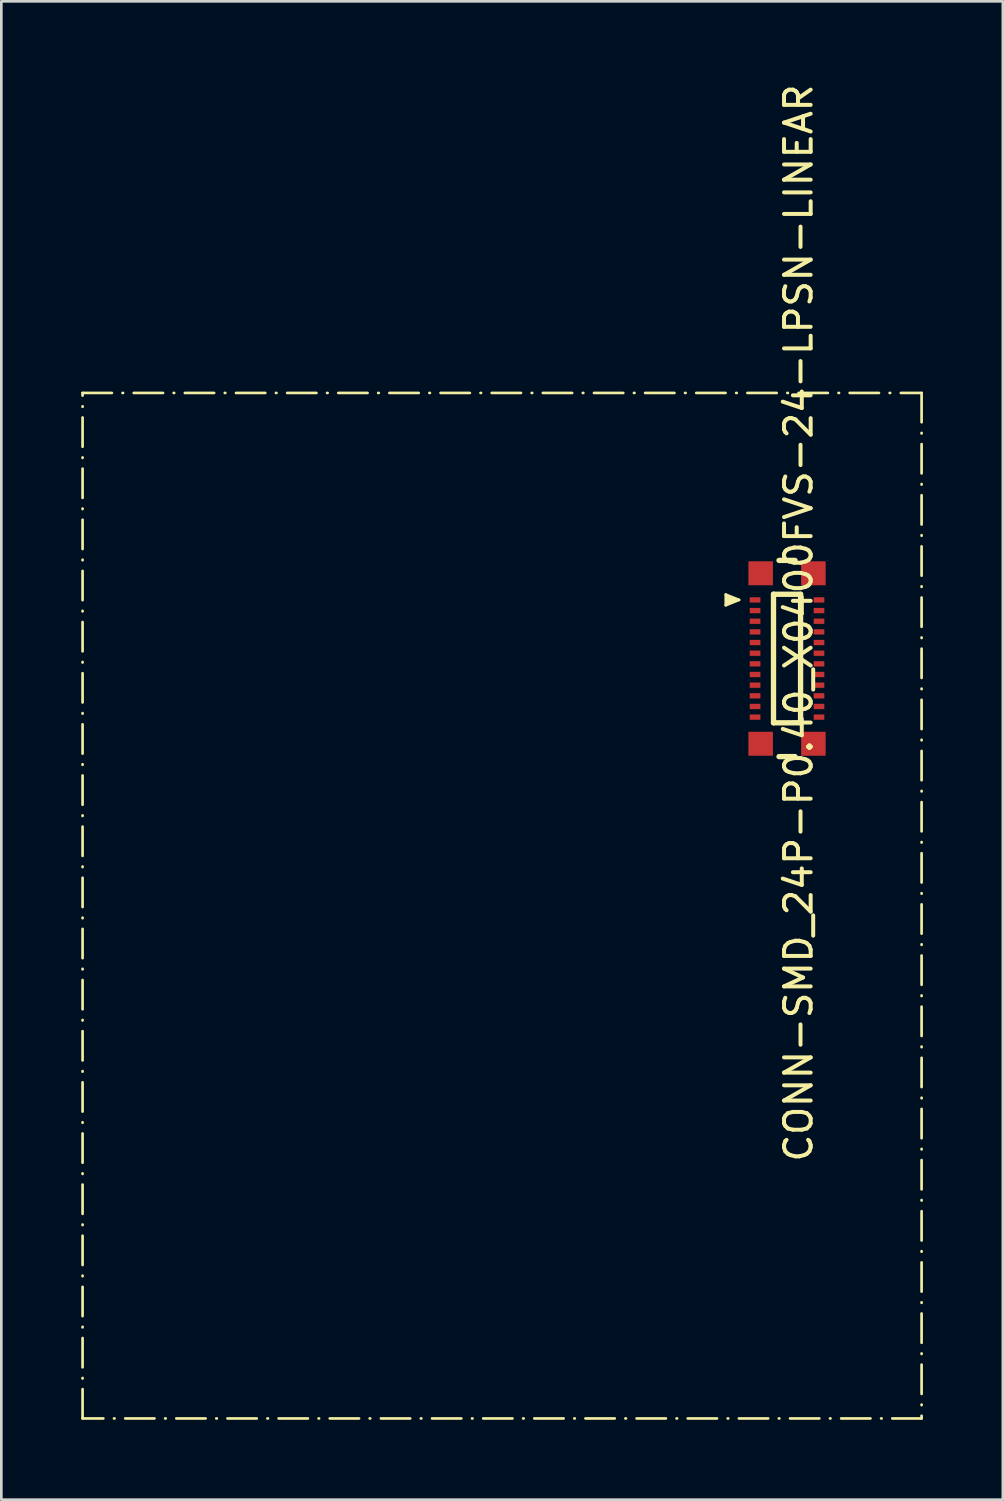
<source format=kicad_pcb>
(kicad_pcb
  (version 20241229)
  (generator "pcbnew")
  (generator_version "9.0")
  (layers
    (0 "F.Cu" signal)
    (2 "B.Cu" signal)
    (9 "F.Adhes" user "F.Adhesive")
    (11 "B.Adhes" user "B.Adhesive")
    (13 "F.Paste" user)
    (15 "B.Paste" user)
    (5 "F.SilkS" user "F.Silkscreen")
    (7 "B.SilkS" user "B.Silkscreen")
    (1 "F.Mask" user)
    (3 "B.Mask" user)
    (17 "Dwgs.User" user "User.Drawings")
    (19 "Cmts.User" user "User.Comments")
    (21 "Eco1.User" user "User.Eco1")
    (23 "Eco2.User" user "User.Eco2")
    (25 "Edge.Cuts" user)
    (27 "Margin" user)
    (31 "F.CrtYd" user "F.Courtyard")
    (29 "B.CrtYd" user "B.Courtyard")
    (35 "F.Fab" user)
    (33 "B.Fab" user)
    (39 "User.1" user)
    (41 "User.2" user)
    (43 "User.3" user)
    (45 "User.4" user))
  (footprint "CONN-SMD_24P-P0.40_X0400FVS-24-LPSN-LINEAR"
    (layer "F.Cu")
    (at 26.47 21.587)
    (property "Reference" "CONN-SMD_24P-P0.40_X0400FVS-24-LPSN-LINEAR" (at 0.46 -1.248 270) (layer "F.SilkS") (effects (font (size 1 1) (thickness 0.15))))
    (fp_line (start -2.272 -2.314) (end -2.272 -1.914) (stroke (width 0.1) (type solid)) (layer "F.SilkS"))
    (fp_line (start -2.272 -2.314) (end -1.772 -2.114) (stroke (width 0.1) (type solid)) (layer "F.SilkS"))
    (fp_line (start -1.772 -2.114) (end -2.272 -1.914) (stroke (width 0.1) (type solid)) (layer "F.SilkS"))
    (fp_line (start -0.48 -2.327) (end -0.48 2.499) (stroke (width 0.2) (type solid)) (layer "F.SilkS"))
    (fp_line (start -0.48 -2.327) (end 0.536 -2.327) (stroke (width 0.2) (type solid)) (layer "F.SilkS"))
    (fp_line (start -0.48 2.499) (end 0.536 2.499) (stroke (width 0.2) (type solid)) (layer "F.SilkS"))
    (fp_line (start -0.273 -3.597) (end 0.329 -3.597) (stroke (width 0.2) (type solid)) (layer "F.SilkS"))
    (fp_line (start -0.273 3.769) (end 0.329 3.769) (stroke (width 0.2) (type solid)) (layer "F.SilkS"))
    (fp_line (start 0.536 -2.327) (end 0.536 2.499) (stroke (width 0.2) (type solid)) (layer "F.SilkS"))
    (fp_rect (start -26.42 -9.884) (end 5.08 28.616) (stroke (width 0.1) (type dash_dot)) (fill no) (layer "F.SilkS"))
    (fp_poly (pts (xy -2.272 -2.314) (xy -1.772 -2.114) (xy -2.272 -1.914)) (stroke (width 0) (type default)) (fill yes) (layer "F.SilkS"))
    (fp_line (start -1.972 -3.914) (end -1.972 4.086) (stroke (width 0.1) (type solid)) (layer "Eco2.User"))
    (fp_line (start -1.972 -3.914) (end -0.972 -3.914) (stroke (width 0.1) (type solid)) (layer "Eco2.User"))
    (fp_line (start -1.972 4.086) (end 2.028 4.086) (stroke (width 0.1) (type solid)) (layer "Eco2.User"))
    (fp_line (start -0.972 -3.914) (end 2.028 -3.914) (stroke (width 0.1) (type solid)) (layer "Eco2.User"))
    (fp_line (start -0.972 0.086) (end 1.028 0.086) (stroke (width 0.1) (type solid)) (layer "Eco2.User"))
    (fp_line (start 0.028 -0.914) (end 0.028 1.086) (stroke (width 0.1) (type solid)) (layer "Eco2.User"))
    (fp_line (start 2.028 -3.914) (end 2.028 4.086) (stroke (width 0.1) (type solid)) (layer "Eco2.User"))
    (fp_text user "${REFERENCE}" (at -0.265 -2.77 270) (unlocked yes) (layer "Eco2.User") (effects (font (size 0.762 0.762) (thickness 0.254)) (justify left bottom)))
    (pad "1" smd rect (at 1.228 2.286 270) (size 0.2 0.4) (layers "F.Cu" "F.Mask" "F.Paste"))
    (pad "2" smd rect (at 1.228 1.886 270) (size 0.2 0.4) (layers "F.Cu" "F.Mask" "F.Paste"))
    (pad "3" smd rect (at 1.228 1.486 270) (size 0.2 0.4) (layers "F.Cu" "F.Mask" "F.Paste"))
    (pad "4" smd rect (at 1.228 1.086 270) (size 0.2 0.4) (layers "F.Cu" "F.Mask" "F.Paste"))
    (pad "5" smd rect (at 1.228 0.686 270) (size 0.2 0.4) (layers "F.Cu" "F.Mask" "F.Paste"))
    (pad "6" smd rect (at 1.228 0.286 270) (size 0.2 0.4) (layers "F.Cu" "F.Mask" "F.Paste"))
    (pad "7" smd rect (at 1.228 -0.114 270) (size 0.2 0.4) (layers "F.Cu" "F.Mask" "F.Paste"))
    (pad "8" smd rect (at 1.228 -0.514 270) (size 0.2 0.4) (layers "F.Cu" "F.Mask" "F.Paste"))
    (pad "9" smd rect (at 1.228 -0.914 270) (size 0.2 0.4) (layers "F.Cu" "F.Mask" "F.Paste"))
    (pad "10" smd rect (at 1.228 -1.314 270) (size 0.2 0.4) (layers "F.Cu" "F.Mask" "F.Paste"))
    (pad "11" smd rect (at 1.228 -1.714 270) (size 0.2 0.4) (layers "F.Cu" "F.Mask" "F.Paste"))
    (pad "12" smd rect (at 1.228 -2.114 270) (size 0.2 0.4) (layers "F.Cu" "F.Mask" "F.Paste"))
    (pad "13" smd rect (at -1.172 -2.114 270) (size 0.2 0.4) (layers "F.Cu" "F.Mask" "F.Paste"))
    (pad "14" smd rect (at -1.172 -1.714 270) (size 0.2 0.4) (layers "F.Cu" "F.Mask" "F.Paste"))
    (pad "15" smd rect (at -1.172 -1.314 270) (size 0.2 0.4) (layers "F.Cu" "F.Mask" "F.Paste"))
    (pad "16" smd rect (at -1.172 -0.914 270) (size 0.2 0.4) (layers "F.Cu" "F.Mask" "F.Paste"))
    (pad "17" smd rect (at -1.172 -0.514 270) (size 0.2 0.4) (layers "F.Cu" "F.Mask" "F.Paste"))
    (pad "18" smd rect (at -1.172 -0.114 270) (size 0.2 0.4) (layers "F.Cu" "F.Mask" "F.Paste"))
    (pad "19" smd rect (at -1.172 0.286 270) (size 0.2 0.4) (layers "F.Cu" "F.Mask" "F.Paste"))
    (pad "20" smd rect (at -1.172 0.686 270) (size 0.2 0.4) (layers "F.Cu" "F.Mask" "F.Paste"))
    (pad "21" smd rect (at -1.172 1.086 270) (size 0.2 0.4) (layers "F.Cu" "F.Mask" "F.Paste"))
    (pad "22" smd rect (at -1.172 1.486 270) (size 0.2 0.4) (layers "F.Cu" "F.Mask" "F.Paste"))
    (pad "23" smd rect (at -1.172 1.886 270) (size 0.2 0.4) (layers "F.Cu" "F.Mask" "F.Paste"))
    (pad "24" smd rect (at -1.172 2.286 270) (size 0.2 0.4) (layers "F.Cu" "F.Mask" "F.Paste"))
    (pad "25" smd rect (at 1.018 3.286 270) (size 0.9 0.92) (layers "F.Cu" "F.Mask" "F.Paste"))
    (pad "26" smd rect (at -0.962 3.286 270) (size 0.9 0.92) (layers "F.Cu" "F.Mask" "F.Paste"))
    (pad "27" smd rect (at -0.962 -3.114 270) (size 0.9 0.92) (layers "F.Cu" "F.Mask" "F.Paste"))
    (pad "28" smd rect (at 1.018 -3.114 270) (size 0.9 0.92) (layers "F.Cu" "F.Mask" "F.Paste")))
  (gr_rect
    (start -3 -3)
    (end 34.6 53.253)
    (stroke (width 0.1) (type default))
    (fill no)
    (layer "Edge.Cuts")))
</source>
